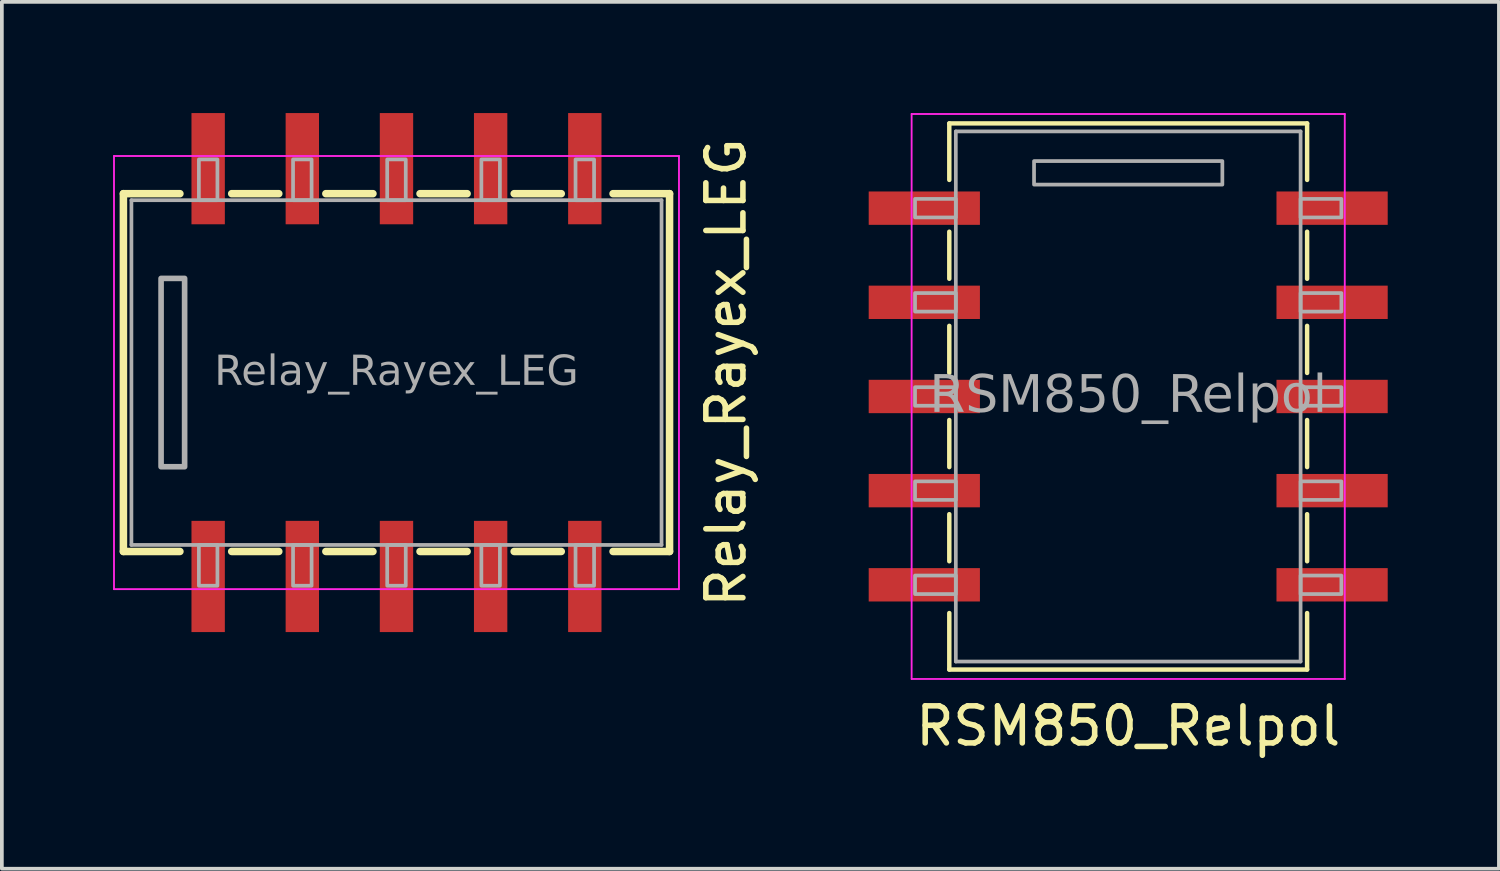
<source format=kicad_pcb>
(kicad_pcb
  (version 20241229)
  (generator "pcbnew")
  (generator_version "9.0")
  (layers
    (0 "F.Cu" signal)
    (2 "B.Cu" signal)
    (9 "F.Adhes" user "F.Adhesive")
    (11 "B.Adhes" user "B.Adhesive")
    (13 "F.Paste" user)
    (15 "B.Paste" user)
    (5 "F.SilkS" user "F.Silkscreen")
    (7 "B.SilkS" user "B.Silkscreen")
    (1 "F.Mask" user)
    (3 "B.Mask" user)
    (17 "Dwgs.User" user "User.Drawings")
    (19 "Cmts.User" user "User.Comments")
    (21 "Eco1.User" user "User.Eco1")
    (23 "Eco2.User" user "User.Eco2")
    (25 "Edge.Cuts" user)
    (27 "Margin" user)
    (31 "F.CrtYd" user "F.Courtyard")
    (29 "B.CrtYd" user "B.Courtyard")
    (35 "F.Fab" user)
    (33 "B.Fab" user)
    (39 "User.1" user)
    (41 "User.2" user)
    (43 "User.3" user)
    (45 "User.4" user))
  (footprint "RSM850_Relpol"
    (layer "F.Cu")
    (at 27.383 7.645)
    (property "Reference" "RSM850_Relpol" (at 0 8.89 0) (layer "F.SilkS") (effects (font (size 1 1) (thickness 0.15))))
    (attr smd)
    (fp_line (start -4.826 -7.366) (end -4.826 -5.842) (stroke (width 0.12) (type solid)) (layer "F.SilkS"))
    (fp_line (start -4.826 -3.175) (end -4.826 -4.445) (stroke (width 0.12) (type solid)) (layer "F.SilkS"))
    (fp_line (start -4.826 -0.635) (end -4.826 -1.905) (stroke (width 0.12) (type solid)) (layer "F.SilkS"))
    (fp_line (start -4.826 1.905) (end -4.826 0.635) (stroke (width 0.12) (type solid)) (layer "F.SilkS"))
    (fp_line (start -4.826 4.445) (end -4.826 3.175) (stroke (width 0.12) (type solid)) (layer "F.SilkS"))
    (fp_line (start -4.826 7.366) (end -4.826 5.842) (stroke (width 0.12) (type solid)) (layer "F.SilkS"))
    (fp_line (start -4.826 7.366) (end 4.826 7.366) (stroke (width 0.12) (type solid)) (layer "F.SilkS"))
    (fp_line (start 4.826 -7.366) (end -4.826 -7.366) (stroke (width 0.12) (type solid)) (layer "F.SilkS"))
    (fp_line (start 4.826 -7.366) (end 4.826 -5.842) (stroke (width 0.12) (type solid)) (layer "F.SilkS"))
    (fp_line (start 4.826 -3.175) (end 4.826 -4.445) (stroke (width 0.12) (type solid)) (layer "F.SilkS"))
    (fp_line (start 4.826 -0.635) (end 4.826 -1.905) (stroke (width 0.12) (type solid)) (layer "F.SilkS"))
    (fp_line (start 4.826 1.905) (end 4.826 0.635) (stroke (width 0.12) (type solid)) (layer "F.SilkS"))
    (fp_line (start 4.826 4.445) (end 4.826 3.175) (stroke (width 0.12) (type solid)) (layer "F.SilkS"))
    (fp_line (start 4.826 7.366) (end 4.826 5.842) (stroke (width 0.12) (type solid)) (layer "F.SilkS"))
    (fp_line (start -5.842 -7.62) (end 5.842 -7.62) (stroke (width 0.05) (type solid)) (layer "F.CrtYd"))
    (fp_line (start -5.842 7.62) (end -5.842 -7.62) (stroke (width 0.05) (type solid)) (layer "F.CrtYd"))
    (fp_line (start -5.842 7.62) (end 5.842 7.62) (stroke (width 0.05) (type solid)) (layer "F.CrtYd"))
    (fp_line (start 5.842 7.62) (end 5.842 -7.62) (stroke (width 0.05) (type solid)) (layer "F.CrtYd"))
    (fp_line (start -4.65 -7.15) (end -4.65 7.15) (stroke (width 0.1) (type solid)) (layer "F.Fab"))
    (fp_line (start -4.65 -7.15) (end 4.65 -7.15) (stroke (width 0.1) (type solid)) (layer "F.Fab"))
    (fp_line (start -4.65 7.15) (end 4.65 7.15) (stroke (width 0.1) (type solid)) (layer "F.Fab"))
    (fp_line (start 4.65 7.15) (end 4.65 -7.15) (stroke (width 0.1) (type solid)) (layer "F.Fab"))
    (fp_rect (start -5.75 -5.33) (end -4.65 -4.83) (stroke (width 0.1) (type solid)) (fill no) (layer "F.Fab"))
    (fp_rect (start -5.75 -2.79) (end -4.65 -2.29) (stroke (width 0.1) (type solid)) (fill no) (layer "F.Fab"))
    (fp_rect (start -5.75 -0.25) (end -4.65 0.25) (stroke (width 0.1) (type solid)) (fill no) (layer "F.Fab"))
    (fp_rect (start -5.75 2.29) (end -4.65 2.79) (stroke (width 0.1) (type solid)) (fill no) (layer "F.Fab"))
    (fp_rect (start -5.75 4.83) (end -4.65 5.33) (stroke (width 0.1) (type solid)) (fill no) (layer "F.Fab"))
    (fp_rect (start 2.54 -6.35) (end -2.54 -5.715) (stroke (width 0.1) (type solid)) (fill no) (layer "F.Fab"))
    (fp_rect (start 5.75 -5.33) (end 4.65 -4.83) (stroke (width 0.1) (type solid)) (fill no) (layer "F.Fab"))
    (fp_rect (start 5.75 -2.79) (end 4.65 -2.29) (stroke (width 0.1) (type solid)) (fill no) (layer "F.Fab"))
    (fp_rect (start 5.75 -0.25) (end 4.65 0.25) (stroke (width 0.1) (type solid)) (fill no) (layer "F.Fab"))
    (fp_rect (start 5.75 2.29) (end 4.65 2.79) (stroke (width 0.1) (type solid)) (fill no) (layer "F.Fab"))
    (fp_rect (start 5.75 4.83) (end 4.65 5.33) (stroke (width 0.1) (type solid)) (fill no) (layer "F.Fab"))
    (fp_text user "${REFERENCE}" (at 0 0 0) (layer "F.Fab") (effects (font (face "Tahoma") (size 1 1) (thickness 0.15))))
    (pad "1" smd rect (at -5.5 -5.08 270) (size 0.9 3) (layers "F.Cu" "F.Mask" "F.Paste"))
    (pad "2" smd rect (at -5.5 -2.54 270) (size 0.9 3) (layers "F.Cu" "F.Mask" "F.Paste"))
    (pad "3" smd rect (at -5.5 0 270) (size 0.9 3) (layers "F.Cu" "F.Mask" "F.Paste"))
    (pad "4" smd rect (at -5.5 2.54 270) (size 0.9 3) (layers "F.Cu" "F.Mask" "F.Paste"))
    (pad "5" smd rect (at -5.5 5.08 270) (size 0.9 3) (layers "F.Cu" "F.Mask" "F.Paste"))
    (pad "6" smd rect (at 5.5 5.08 270) (size 0.9 3) (layers "F.Cu" "F.Mask" "F.Paste"))
    (pad "7" smd rect (at 5.5 2.54 270) (size 0.9 3) (layers "F.Cu" "F.Mask" "F.Paste"))
    (pad "8" smd rect (at 5.5 0 270) (size 0.9 3) (layers "F.Cu" "F.Mask" "F.Paste"))
    (pad "9" smd rect (at 5.5 -2.54 270) (size 0.9 3) (layers "F.Cu" "F.Mask" "F.Paste"))
    (pad "10" smd rect (at 5.5 -5.08 270) (size 0.9 3) (layers "F.Cu" "F.Mask" "F.Paste")))
  (footprint "Relay_Rayex_LEG"
    (layer "F.Cu")
    (at 7.645 7)
    (property "Reference" "Relay_Rayex_LEG" (at 8.89 0 90) (layer "F.SilkS") (effects (font (size 1 1) (thickness 0.15))))
    (attr through_hole)
    (fp_line (start -7.366 -4.826) (end -7.366 4.826) (stroke (width 0.203) (type solid)) (layer "F.SilkS"))
    (fp_line (start -7.366 -4.826) (end -5.842 -4.826) (stroke (width 0.203) (type solid)) (layer "F.SilkS"))
    (fp_line (start -7.366 4.826) (end -5.842 4.826) (stroke (width 0.203) (type solid)) (layer "F.SilkS"))
    (fp_line (start -3.175 -4.826) (end -4.445 -4.826) (stroke (width 0.203) (type solid)) (layer "F.SilkS"))
    (fp_line (start -3.175 4.826) (end -4.445 4.826) (stroke (width 0.203) (type solid)) (layer "F.SilkS"))
    (fp_line (start -0.635 -4.826) (end -1.905 -4.826) (stroke (width 0.203) (type solid)) (layer "F.SilkS"))
    (fp_line (start -0.635 4.826) (end -1.905 4.826) (stroke (width 0.203) (type solid)) (layer "F.SilkS"))
    (fp_line (start 1.905 -4.826) (end 0.635 -4.826) (stroke (width 0.203) (type solid)) (layer "F.SilkS"))
    (fp_line (start 1.905 4.826) (end 0.635 4.826) (stroke (width 0.203) (type solid)) (layer "F.SilkS"))
    (fp_line (start 4.445 -4.826) (end 3.175 -4.826) (stroke (width 0.203) (type solid)) (layer "F.SilkS"))
    (fp_line (start 4.445 4.826) (end 3.175 4.826) (stroke (width 0.203) (type solid)) (layer "F.SilkS"))
    (fp_line (start 7.366 -4.826) (end 5.842 -4.826) (stroke (width 0.203) (type solid)) (layer "F.SilkS"))
    (fp_line (start 7.366 4.826) (end 5.842 4.826) (stroke (width 0.203) (type solid)) (layer "F.SilkS"))
    (fp_line (start 7.366 4.826) (end 7.366 -4.826) (stroke (width 0.203) (type solid)) (layer "F.SilkS"))
    (fp_line (start -7.62 5.842) (end -7.62 -5.842) (stroke (width 0.05) (type solid)) (layer "F.CrtYd"))
    (fp_line (start 7.62 -5.842) (end -7.62 -5.842) (stroke (width 0.05) (type solid)) (layer "F.CrtYd"))
    (fp_line (start 7.62 5.842) (end -7.62 5.842) (stroke (width 0.05) (type solid)) (layer "F.CrtYd"))
    (fp_line (start 7.62 5.842) (end 7.62 -5.842) (stroke (width 0.05) (type solid)) (layer "F.CrtYd"))
    (fp_line (start -7.15 4.65) (end -7.15 -4.65) (stroke (width 0.1) (type solid)) (layer "F.Fab"))
    (fp_line (start -7.15 4.65) (end 7.15 4.65) (stroke (width 0.1) (type solid)) (layer "F.Fab"))
    (fp_line (start 7.15 -4.65) (end -7.15 -4.65) (stroke (width 0.1) (type solid)) (layer "F.Fab"))
    (fp_line (start 7.15 4.65) (end 7.15 -4.65) (stroke (width 0.1) (type solid)) (layer "F.Fab"))
    (fp_rect (start -6.35 -2.54) (end -5.715 2.54) (stroke (width 0.152) (type solid)) (fill no) (layer "F.Fab"))
    (fp_rect (start -5.33 -5.75) (end -4.83 -4.65) (stroke (width 0.1) (type solid)) (fill no) (layer "F.Fab"))
    (fp_rect (start -5.33 5.75) (end -4.83 4.65) (stroke (width 0.1) (type solid)) (fill no) (layer "F.Fab"))
    (fp_rect (start -2.79 -5.75) (end -2.29 -4.65) (stroke (width 0.1) (type solid)) (fill no) (layer "F.Fab"))
    (fp_rect (start -2.79 5.75) (end -2.29 4.65) (stroke (width 0.1) (type solid)) (fill no) (layer "F.Fab"))
    (fp_rect (start -0.25 -5.75) (end 0.25 -4.65) (stroke (width 0.1) (type solid)) (fill no) (layer "F.Fab"))
    (fp_rect (start -0.25 5.75) (end 0.25 4.65) (stroke (width 0.1) (type solid)) (fill no) (layer "F.Fab"))
    (fp_rect (start 2.29 -5.75) (end 2.79 -4.65) (stroke (width 0.1) (type solid)) (fill no) (layer "F.Fab"))
    (fp_rect (start 2.29 5.75) (end 2.79 4.65) (stroke (width 0.1) (type solid)) (fill no) (layer "F.Fab"))
    (fp_rect (start 4.83 -5.75) (end 5.33 -4.65) (stroke (width 0.1) (type solid)) (fill no) (layer "F.Fab"))
    (fp_rect (start 4.83 5.75) (end 5.33 4.65) (stroke (width 0.1) (type solid)) (fill no) (layer "F.Fab"))
    (fp_text user "${REFERENCE}" (at 0 0 0) (layer "F.Fab") (effects (font (face "Tahoma") (size 0.8 0.8) (thickness 0.15))))
    (pad "COIL+" smd rect (at -5.08 -5.5) (size 0.9 3) (layers "F.Cu" "F.Mask" "F.Paste"))
    (pad "COIL-" smd rect (at -5.08 5.5) (size 0.9 3) (layers "F.Cu" "F.Mask" "F.Paste"))
    (pad "COM1" smd rect (at 0 -5.5) (size 0.9 3) (layers "F.Cu" "F.Mask" "F.Paste"))
    (pad "COM2" smd rect (at 0 5.5) (size 0.9 3) (layers "F.Cu" "F.Mask" "F.Paste"))
    (pad "N.C." smd rect (at 5.08 -5.5) (size 0.9 3) (layers "F.Cu" "F.Mask" "F.Paste"))
    (pad "N.C." smd rect (at 5.08 5.5) (size 0.9 3) (layers "F.Cu" "F.Mask" "F.Paste"))
    (pad "NC1" smd rect (at -2.54 -5.5) (size 0.9 3) (layers "F.Cu" "F.Mask" "F.Paste"))
    (pad "NC2" smd rect (at -2.54 5.5) (size 0.9 3) (layers "F.Cu" "F.Mask" "F.Paste"))
    (pad "NC2" smd rect (at 2.54 5.5) (size 0.9 3) (layers "F.Cu" "F.Mask" "F.Paste"))
    (pad "NO1" smd rect (at 2.54 -5.5) (size 0.9 3) (layers "F.Cu" "F.Mask" "F.Paste")))
  (gr_rect
    (start -3 -3)
    (end 37.383 20.383)
    (stroke (width 0.1) (type default))
    (fill no)
    (layer "Edge.Cuts")))
</source>
